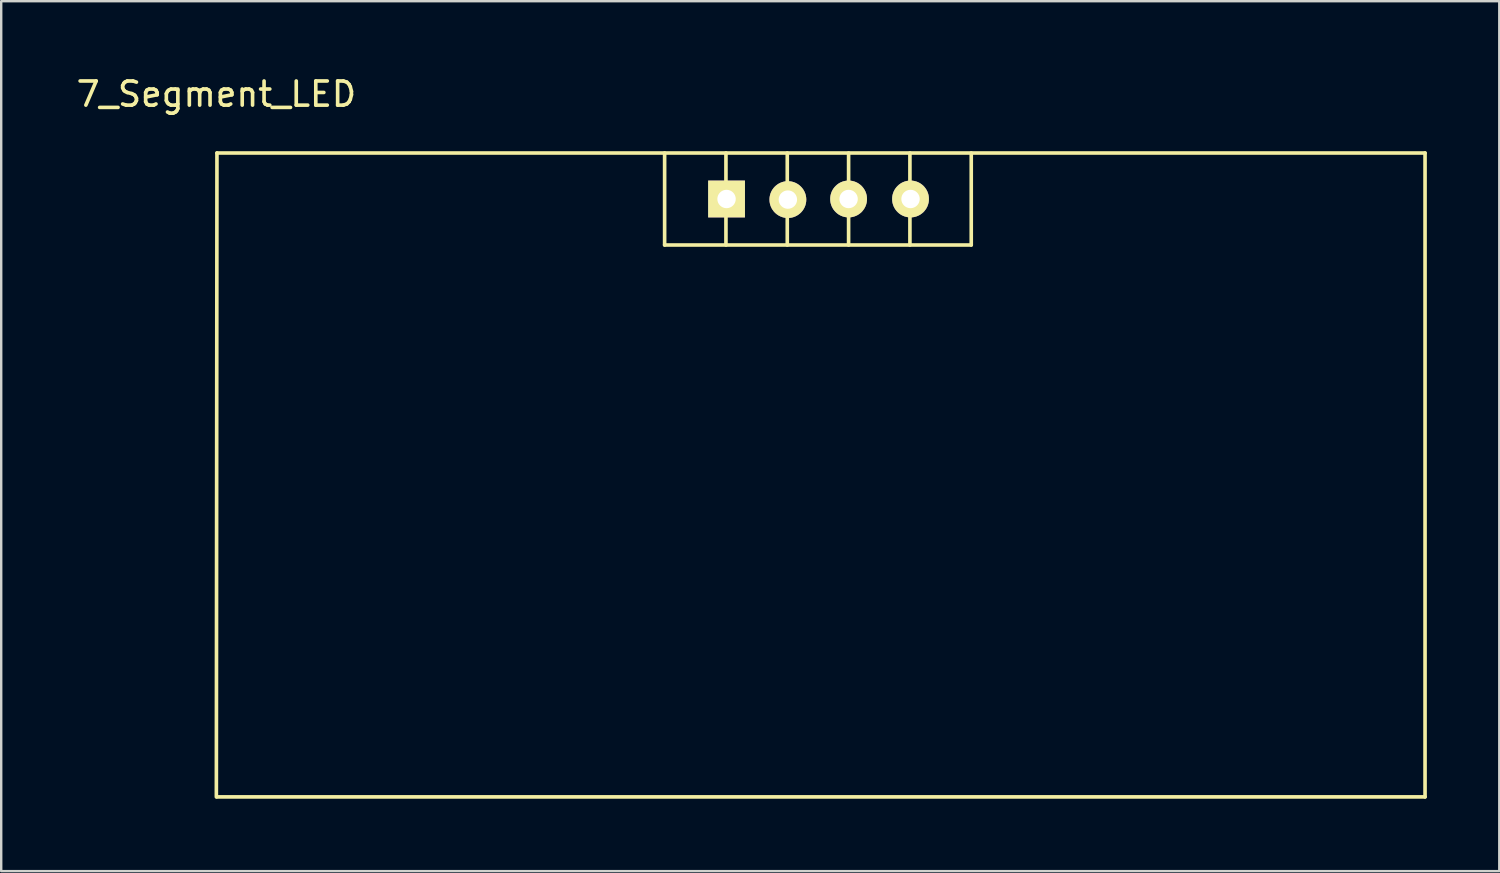
<source format=kicad_pcb>
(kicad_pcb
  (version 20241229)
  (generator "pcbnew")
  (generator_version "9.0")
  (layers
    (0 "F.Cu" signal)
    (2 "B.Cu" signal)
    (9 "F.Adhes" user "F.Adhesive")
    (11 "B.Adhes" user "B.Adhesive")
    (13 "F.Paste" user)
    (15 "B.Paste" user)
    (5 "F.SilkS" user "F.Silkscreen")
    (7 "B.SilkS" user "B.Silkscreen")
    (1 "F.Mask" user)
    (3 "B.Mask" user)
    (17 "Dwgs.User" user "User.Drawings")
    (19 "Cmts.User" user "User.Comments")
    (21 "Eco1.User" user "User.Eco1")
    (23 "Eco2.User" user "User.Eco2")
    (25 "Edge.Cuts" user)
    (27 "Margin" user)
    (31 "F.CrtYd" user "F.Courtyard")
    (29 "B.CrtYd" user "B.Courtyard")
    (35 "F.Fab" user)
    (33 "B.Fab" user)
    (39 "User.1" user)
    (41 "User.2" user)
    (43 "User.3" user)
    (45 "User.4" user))
  (footprint "7_Segment_LED"
    (layer "F.Cu")
    (at 5.936 3.287)
    (property "Reference" "7_Segment_LED" (at -0.025 -2.438 0) (layer "F.SilkS") (effects (font (size 1 1) (thickness 0.15))))
    (attr through_hole)
    (fp_line (start 0 0) (end -0.025 26.67) (stroke (width 0.15) (type solid)) (layer "F.SilkS"))
    (fp_line (start 0 0) (end 50.038 0) (stroke (width 0.15) (type solid)) (layer "F.SilkS"))
    (fp_line (start 0 26.67) (end 50.038 26.67) (stroke (width 0.15) (type solid)) (layer "F.SilkS"))
    (fp_line (start 18.542 0) (end 18.542 3.81) (stroke (width 0.15) (type solid)) (layer "F.SilkS"))
    (fp_line (start 18.542 3.81) (end 31.242 3.81) (stroke (width 0.15) (type solid)) (layer "F.SilkS"))
    (fp_line (start 21.082 0) (end 21.082 3.81) (stroke (width 0.15) (type solid)) (layer "F.SilkS"))
    (fp_line (start 23.622 0) (end 23.622 3.81) (stroke (width 0.15) (type solid)) (layer "F.SilkS"))
    (fp_line (start 26.162 0) (end 26.162 3.81) (stroke (width 0.15) (type solid)) (layer "F.SilkS"))
    (fp_line (start 28.702 0) (end 28.702 3.81) (stroke (width 0.15) (type solid)) (layer "F.SilkS"))
    (fp_line (start 31.242 0) (end 31.242 3.81) (stroke (width 0.15) (type solid)) (layer "F.SilkS"))
    (fp_line (start 50.038 0) (end 50.038 26.67) (stroke (width 0.15) (type solid)) (layer "F.SilkS"))
    (pad "1" thru_hole rect (at 21.107 1.905) (size 1.524 1.524) (drill 0.762) (layers "*.Cu" "*.Mask" "F.SilkS"))
    (pad "2" thru_hole circle (at 23.647 1.93) (size 1.524 1.524) (drill 0.762) (layers "*.Cu" "*.Mask" "F.SilkS"))
    (pad "3" thru_hole circle (at 26.162 1.905) (size 1.524 1.524) (drill 0.762) (layers "*.Cu" "*.Mask" "F.SilkS"))
    (pad "4" thru_hole circle (at 28.727 1.905) (size 1.524 1.524) (drill 0.762) (layers "*.Cu" "*.Mask" "F.SilkS")))
  (gr_rect
    (start -3 -3)
    (end 59.049 33.032)
    (stroke (width 0.1) (type default))
    (fill no)
    (layer "Edge.Cuts")))
</source>
